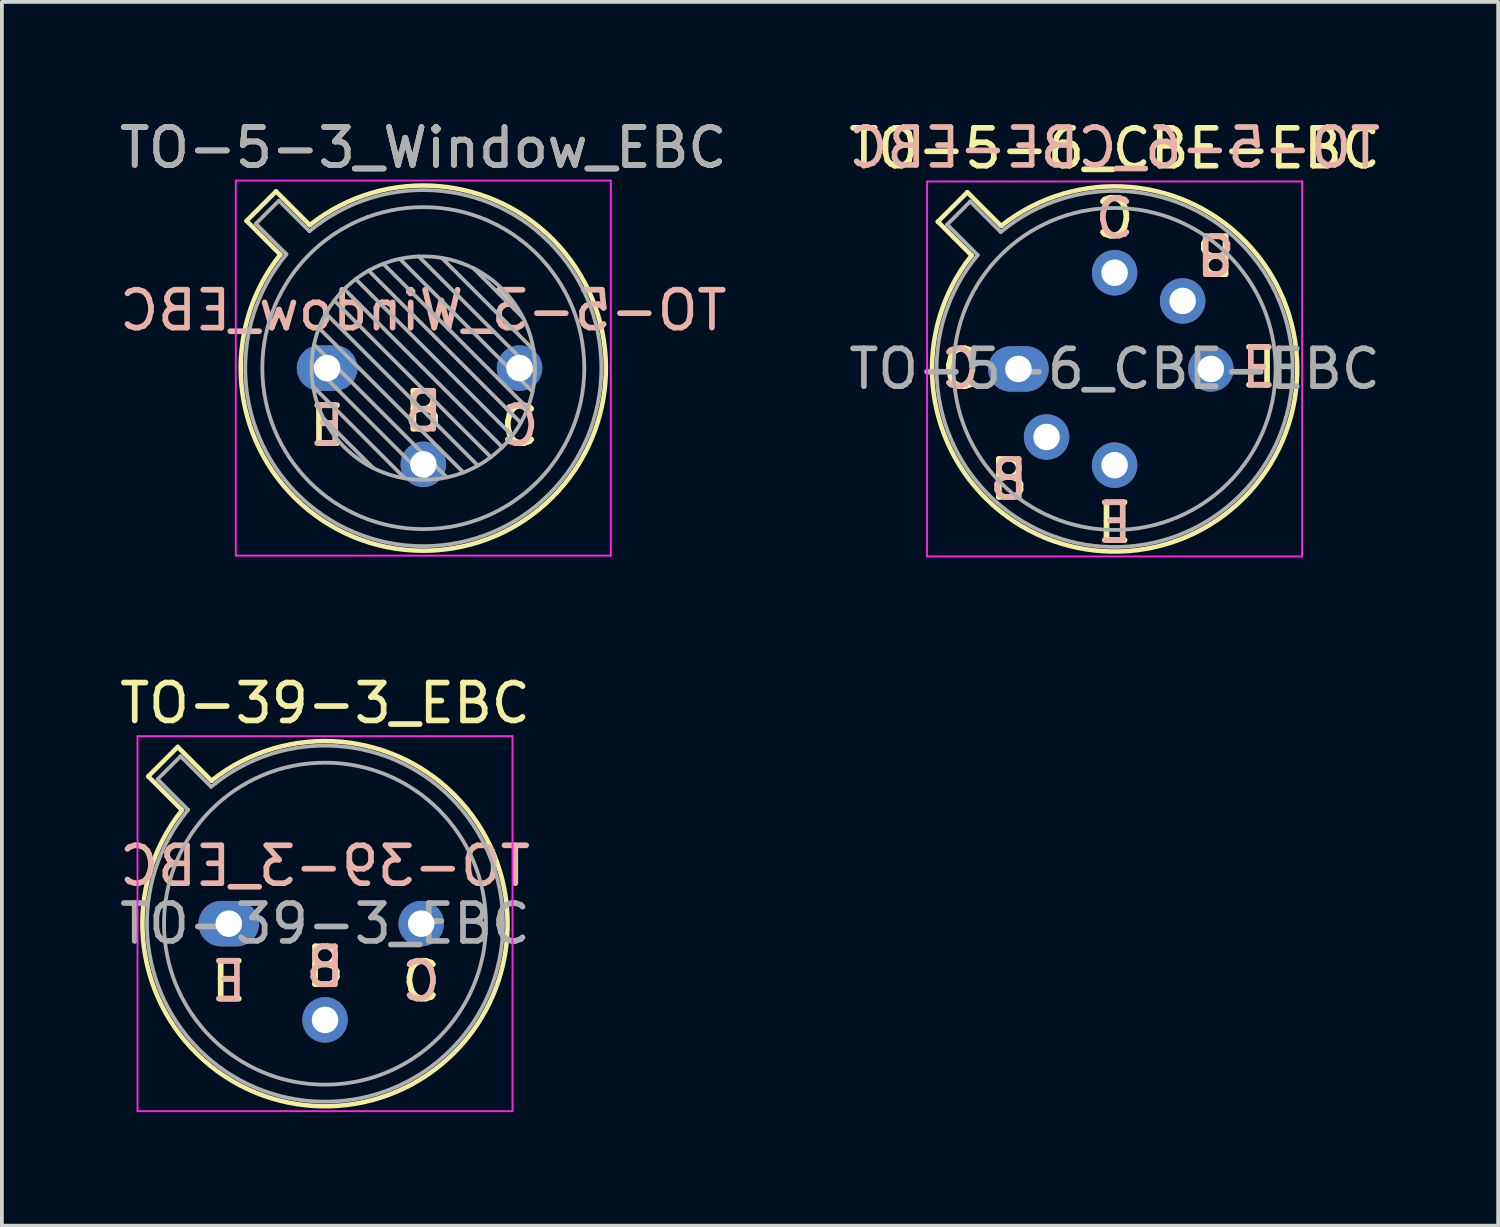
<source format=kicad_pcb>
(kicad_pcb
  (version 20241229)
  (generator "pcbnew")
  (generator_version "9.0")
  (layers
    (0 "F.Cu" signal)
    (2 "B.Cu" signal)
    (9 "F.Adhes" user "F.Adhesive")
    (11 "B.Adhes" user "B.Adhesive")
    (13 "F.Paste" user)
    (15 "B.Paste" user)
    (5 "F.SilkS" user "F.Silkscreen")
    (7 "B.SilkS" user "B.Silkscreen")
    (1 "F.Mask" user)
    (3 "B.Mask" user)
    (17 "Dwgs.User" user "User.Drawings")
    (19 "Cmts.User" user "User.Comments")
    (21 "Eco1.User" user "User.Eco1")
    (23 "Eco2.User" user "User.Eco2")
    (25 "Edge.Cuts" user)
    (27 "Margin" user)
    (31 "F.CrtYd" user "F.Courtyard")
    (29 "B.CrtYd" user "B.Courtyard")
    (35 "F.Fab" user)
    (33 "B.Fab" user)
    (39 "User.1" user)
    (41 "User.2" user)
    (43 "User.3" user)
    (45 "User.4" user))
  (footprint "TO-5-6_CBE-EBC"
    (layer "F.Cu")
    (at 23.835 6.69)
    (property "Reference" "TO-5-6_CBE-EBC" (at 2.54 -5.82 0) (layer "F.SilkS") (effects (font (size 1 1) (thickness 0.15))))
    (fp_line (start -2.126 -3.888) (end -1.235 -2.997) (stroke (width 0.12) (type solid)) (layer "F.SilkS"))
    (fp_line (start -1.348 -4.666) (end -2.126 -3.888) (stroke (width 0.12) (type solid)) (layer "F.SilkS"))
    (fp_line (start -0.457 -3.775) (end -1.348 -4.666) (stroke (width 0.12) (type solid)) (layer "F.SilkS"))
    (fp_arc (start -0.457084 -3.774902) (mid 5.948125 3.408384) (end -1.234674 -2.997371) (stroke (width 0.12) (type solid)) (layer "F.SilkS"))
    (fp_line (start -2.41 -4.95) (end -2.41 4.95) (stroke (width 0.05) (type solid)) (layer "F.CrtYd"))
    (fp_line (start -2.41 4.95) (end 7.49 4.95) (stroke (width 0.05) (type solid)) (layer "F.CrtYd"))
    (fp_line (start 7.49 -4.95) (end -2.41 -4.95) (stroke (width 0.05) (type solid)) (layer "F.CrtYd"))
    (fp_line (start 7.49 4.95) (end 7.49 -4.95) (stroke (width 0.05) (type solid)) (layer "F.CrtYd"))
    (fp_line (start -1.88 -3.812) (end -1.074 -3.005) (stroke (width 0.1) (type solid)) (layer "F.Fab"))
    (fp_line (start -1.272 -4.42) (end -1.88 -3.812) (stroke (width 0.1) (type solid)) (layer "F.Fab"))
    (fp_line (start -0.465 -3.614) (end -1.272 -4.42) (stroke (width 0.1) (type solid)) (layer "F.Fab"))
    (fp_arc (start -0.465408 -3.61352) (mid 5.863443 3.323361) (end -1.073594 -3.005319) (stroke (width 0.1) (type solid)) (layer "F.Fab"))
    (fp_circle (center 2.54 0) (end 6.79 0) (stroke (width 0.1) (type solid)) (fill no) (layer "F.Fab"))
    (fp_text user "B" (at -0.254 2.921 0) (unlocked yes) (layer "F.SilkS") (effects (font (size 1 1) (thickness 0.15))))
    (fp_text user "C" (at 2.54 -4.064 180) (unlocked yes) (layer "F.SilkS") (effects (font (size 1 1) (thickness 0.15))))
    (fp_text user "E" (at 6.35 -0.127 180) (unlocked yes) (layer "F.SilkS") (effects (font (size 1 1) (thickness 0.15))))
    (fp_text user "E" (at 2.54 4.064 0) (unlocked yes) (layer "F.SilkS") (effects (font (size 1 1) (thickness 0.15))))
    (fp_text user "B" (at 5.207 -3.048 180) (unlocked yes) (layer "F.SilkS") (effects (font (size 1 1) (thickness 0.15))))
    (fp_text user "C" (at -1.524 0 0) (unlocked yes) (layer "F.SilkS") (effects (font (size 1 1) (thickness 0.15))))
    (fp_text user "C" (at -1.524 0 0) (unlocked yes) (layer "B.SilkS") (effects (font (size 1 1) (thickness 0.15)) (justify mirror)))
    (fp_text user "B" (at -0.254 2.921 0) (unlocked yes) (layer "B.SilkS") (effects (font (size 1 1) (thickness 0.15)) (justify mirror)))
    (fp_text user "B" (at 5.207 -3.048 180) (unlocked yes) (layer "B.SilkS") (effects (font (size 1 1) (thickness 0.15)) (justify mirror)))
    (fp_text user "C" (at 2.54 -4.064 180) (unlocked yes) (layer "B.SilkS") (effects (font (size 1 1) (thickness 0.15)) (justify mirror)))
    (fp_text user "E" (at 2.54 4.064 0) (unlocked yes) (layer "B.SilkS") (effects (font (size 1 1) (thickness 0.15)) (justify mirror)))
    (fp_text user "${REFERENCE}" (at 2.54 -5.842 0) (layer "B.SilkS") (effects (font (size 1 1) (thickness 0.15)) (justify mirror)))
    (fp_text user "E" (at 6.35 -0.127 180) (unlocked yes) (layer "B.SilkS") (effects (font (size 1 1) (thickness 0.15)) (justify mirror)))
    (fp_text user "${REFERENCE}" (at 2.54 0 0) (layer "F.Fab") (effects (font (size 1 1) (thickness 0.15))))
    (pad "1" thru_hole oval (at 0 0) (size 1.6 1.2) (drill 0.7) (layers "*.Cu" "*.Mask"))
    (pad "2" thru_hole oval (at 0.744 1.796) (size 1.2 1.2) (drill 0.7) (layers "*.Cu" "*.Mask"))
    (pad "3" thru_hole oval (at 2.54 2.54) (size 1.2 1.2) (drill 0.7) (layers "*.Cu" "*.Mask"))
    (pad "4" thru_hole oval (at 5.08 0) (size 1.2 1.2) (drill 0.7) (layers "*.Cu" "*.Mask"))
    (pad "5" thru_hole oval (at 4.336 -1.796) (size 1.2 1.2) (drill 0.7) (layers "*.Cu" "*.Mask"))
    (pad "6" thru_hole oval (at 2.54 -2.54) (size 1.2 1.2) (drill 0.7) (layers "*.Cu" "*.Mask")))
  (footprint "TO-5-3_Window_EBC"
    (layer "F.Cu")
    (at 5.585 6.668)
    (property "Reference" "TO-5-3_Window_EBC" (at 2.54 -5.82 0) (layer "F.SilkS") (effects (font (size 1 1) (thickness 0.15))))
    (fp_line (start -2.126 -3.888) (end -1.235 -2.997) (stroke (width 0.12) (type solid)) (layer "F.SilkS"))
    (fp_line (start -1.348 -4.666) (end -2.126 -3.888) (stroke (width 0.12) (type solid)) (layer "F.SilkS"))
    (fp_line (start -0.457 -3.775) (end -1.348 -4.666) (stroke (width 0.12) (type solid)) (layer "F.SilkS"))
    (fp_arc (start -0.457084 -3.774902) (mid 5.948125 3.408384) (end -1.234674 -2.997371) (stroke (width 0.12) (type solid)) (layer "F.SilkS"))
    (fp_line (start -2.41 -4.95) (end -2.41 4.95) (stroke (width 0.05) (type solid)) (layer "F.CrtYd"))
    (fp_line (start -2.41 4.95) (end 7.49 4.95) (stroke (width 0.05) (type solid)) (layer "F.CrtYd"))
    (fp_line (start 7.49 -4.95) (end -2.41 -4.95) (stroke (width 0.05) (type solid)) (layer "F.CrtYd"))
    (fp_line (start 7.49 4.95) (end 7.49 -4.95) (stroke (width 0.05) (type solid)) (layer "F.CrtYd"))
    (fp_line (start -1.88 -3.812) (end -1.074 -3.005) (stroke (width 0.1) (type solid)) (layer "F.Fab"))
    (fp_line (start -1.272 -4.42) (end -1.88 -3.812) (stroke (width 0.1) (type solid)) (layer "F.Fab"))
    (fp_line (start -0.465 -3.614) (end -1.272 -4.42) (stroke (width 0.1) (type solid)) (layer "F.Fab"))
    (fp_line (start -0.408 -0.12) (end 2.66 2.948) (stroke (width 0.1) (type solid)) (layer "F.Fab"))
    (fp_line (start -0.371 0.485) (end 2.055 2.911) (stroke (width 0.1) (type solid)) (layer "F.Fab"))
    (fp_line (start -0.344 -0.622) (end 3.162 2.884) (stroke (width 0.1) (type solid)) (layer "F.Fab"))
    (fp_line (start -0.215 -1.058) (end 3.598 2.755) (stroke (width 0.1) (type solid)) (layer "F.Fab"))
    (fp_line (start -0.097 1.324) (end 1.216 2.637) (stroke (width 0.1) (type solid)) (layer "F.Fab"))
    (fp_line (start -0.034 -1.443) (end 3.983 2.574) (stroke (width 0.1) (type solid)) (layer "F.Fab"))
    (fp_line (start 0.19 -1.784) (end 4.324 2.35) (stroke (width 0.1) (type solid)) (layer "F.Fab"))
    (fp_line (start 0.454 -2.086) (end 4.626 2.086) (stroke (width 0.1) (type solid)) (layer "F.Fab"))
    (fp_line (start 0.756 -2.35) (end 4.89 1.784) (stroke (width 0.1) (type solid)) (layer "F.Fab"))
    (fp_line (start 1.097 -2.574) (end 5.114 1.443) (stroke (width 0.1) (type solid)) (layer "F.Fab"))
    (fp_line (start 1.482 -2.755) (end 5.295 1.058) (stroke (width 0.1) (type solid)) (layer "F.Fab"))
    (fp_line (start 1.918 -2.884) (end 5.424 0.622) (stroke (width 0.1) (type solid)) (layer "F.Fab"))
    (fp_line (start 2.42 -2.948) (end 5.488 0.12) (stroke (width 0.1) (type solid)) (layer "F.Fab"))
    (fp_line (start 3.025 -2.911) (end 5.451 -0.485) (stroke (width 0.1) (type solid)) (layer "F.Fab"))
    (fp_line (start 3.864 -2.637) (end 5.177 -1.324) (stroke (width 0.1) (type solid)) (layer "F.Fab"))
    (fp_arc (start -0.465408 -3.61352) (mid 5.863443 3.323361) (end -1.073594 -3.005319) (stroke (width 0.1) (type solid)) (layer "F.Fab"))
    (fp_circle (center 2.54 0) (end 5.49 0) (stroke (width 0.1) (type solid)) (fill no) (layer "F.Fab"))
    (fp_circle (center 2.54 0) (end 6.79 0) (stroke (width 0.1) (type solid)) (fill no) (layer "F.Fab"))
    (fp_text user "E" (at 0 1.524 0) (unlocked yes) (layer "F.SilkS") (effects (font (size 1 1) (thickness 0.15))))
    (fp_text user "B" (at 2.54 1.143 0) (unlocked yes) (layer "F.SilkS") (effects (font (size 1 1) (thickness 0.15))))
    (fp_text user "C" (at 5.08 1.524 0) (unlocked yes) (layer "F.SilkS") (effects (font (size 1 1) (thickness 0.15))))
    (fp_text user "${REFERENCE}" (at 2.54 -1.524 0) (layer "B.SilkS") (effects (font (size 1 1) (thickness 0.15)) (justify mirror)))
    (fp_text user "E" (at 0 1.524 0) (unlocked yes) (layer "B.SilkS") (effects (font (size 1 1) (thickness 0.15)) (justify mirror)))
    (fp_text user "B" (at 2.54 1.143 0) (unlocked yes) (layer "B.SilkS") (effects (font (size 1 1) (thickness 0.15)) (justify mirror)))
    (fp_text user "C" (at 5.08 1.524 0) (unlocked yes) (layer "B.SilkS") (effects (font (size 1 1) (thickness 0.15)) (justify mirror)))
    (fp_text user "${REFERENCE}" (at 2.54 -5.82 0) (layer "F.Fab") (effects (font (size 1 1) (thickness 0.15))))
    (pad "1" thru_hole oval (at 0 0) (size 1.6 1.2) (drill 0.7) (layers "*.Cu" "*.Mask"))
    (pad "2" thru_hole oval (at 2.54 2.54) (size 1.2 1.2) (drill 0.7) (layers "*.Cu" "*.Mask"))
    (pad "3" thru_hole oval (at 5.08 0) (size 1.2 1.2) (drill 0.7) (layers "*.Cu" "*.Mask")))
  (footprint "TO-39-3_EBC"
    (layer "F.Cu")
    (at 2.99 21.334)
    (property "Reference" "TO-39-3_EBC" (at 2.54 -5.82 0) (layer "F.SilkS") (effects (font (size 1 1) (thickness 0.15))))
    (fp_line (start -2.126 -3.888) (end -1.235 -2.997) (stroke (width 0.12) (type solid)) (layer "F.SilkS"))
    (fp_line (start -1.348 -4.666) (end -2.126 -3.888) (stroke (width 0.12) (type solid)) (layer "F.SilkS"))
    (fp_line (start -0.457 -3.775) (end -1.348 -4.666) (stroke (width 0.12) (type solid)) (layer "F.SilkS"))
    (fp_arc (start -0.457084 -3.774902) (mid 5.948125 3.408384) (end -1.234674 -2.997371) (stroke (width 0.12) (type solid)) (layer "F.SilkS"))
    (fp_line (start -2.41 -4.95) (end -2.41 4.95) (stroke (width 0.05) (type solid)) (layer "F.CrtYd"))
    (fp_line (start -2.41 4.95) (end 7.49 4.95) (stroke (width 0.05) (type solid)) (layer "F.CrtYd"))
    (fp_line (start 7.49 -4.95) (end -2.41 -4.95) (stroke (width 0.05) (type solid)) (layer "F.CrtYd"))
    (fp_line (start 7.49 4.95) (end 7.49 -4.95) (stroke (width 0.05) (type solid)) (layer "F.CrtYd"))
    (fp_line (start -1.88 -3.812) (end -1.074 -3.005) (stroke (width 0.1) (type solid)) (layer "F.Fab"))
    (fp_line (start -1.272 -4.42) (end -1.88 -3.812) (stroke (width 0.1) (type solid)) (layer "F.Fab"))
    (fp_line (start -0.465 -3.614) (end -1.272 -4.42) (stroke (width 0.1) (type solid)) (layer "F.Fab"))
    (fp_arc (start -0.465408 -3.61352) (mid 5.863443 3.323361) (end -1.073594 -3.005319) (stroke (width 0.1) (type solid)) (layer "F.Fab"))
    (fp_circle (center 2.54 0) (end 6.79 0) (stroke (width 0.1) (type solid)) (fill no) (layer "F.Fab"))
    (fp_text user "E" (at 0 1.524 0) (unlocked yes) (layer "F.SilkS") (effects (font (size 1 1) (thickness 0.15))))
    (fp_text user "B" (at 2.54 1.143 0) (unlocked yes) (layer "F.SilkS") (effects (font (size 1 1) (thickness 0.15))))
    (fp_text user "C" (at 5.08 1.524 0) (unlocked yes) (layer "F.SilkS") (effects (font (size 1 1) (thickness 0.15))))
    (fp_text user "C" (at 5.08 1.524 0) (unlocked yes) (layer "B.SilkS") (effects (font (size 1 1) (thickness 0.15)) (justify mirror)))
    (fp_text user "${REFERENCE}" (at 2.54 -1.524 0) (layer "B.SilkS") (effects (font (size 1 1) (thickness 0.15)) (justify mirror)))
    (fp_text user "B" (at 2.54 1.143 0) (unlocked yes) (layer "B.SilkS") (effects (font (size 1 1) (thickness 0.15)) (justify mirror)))
    (fp_text user "E" (at 0 1.524 0) (unlocked yes) (layer "B.SilkS") (effects (font (size 1 1) (thickness 0.15)) (justify mirror)))
    (fp_text user "${REFERENCE}" (at 2.54 0 0) (layer "F.Fab") (effects (font (size 1 1) (thickness 0.15))))
    (pad "1" thru_hole oval (at 0 0) (size 1.6 1.2) (drill 0.7) (layers "*.Cu" "*.Mask"))
    (pad "2" thru_hole oval (at 2.54 2.54) (size 1.2 1.2) (drill 0.7) (layers "*.Cu" "*.Mask"))
    (pad "3" thru_hole oval (at 5.08 0) (size 1.2 1.2) (drill 0.7) (layers "*.Cu" "*.Mask")))
  (gr_rect
    (start -3 -3)
    (end 36.5 29.308)
    (stroke (width 0.1) (type default))
    (fill no)
    (layer "Edge.Cuts")))
</source>
